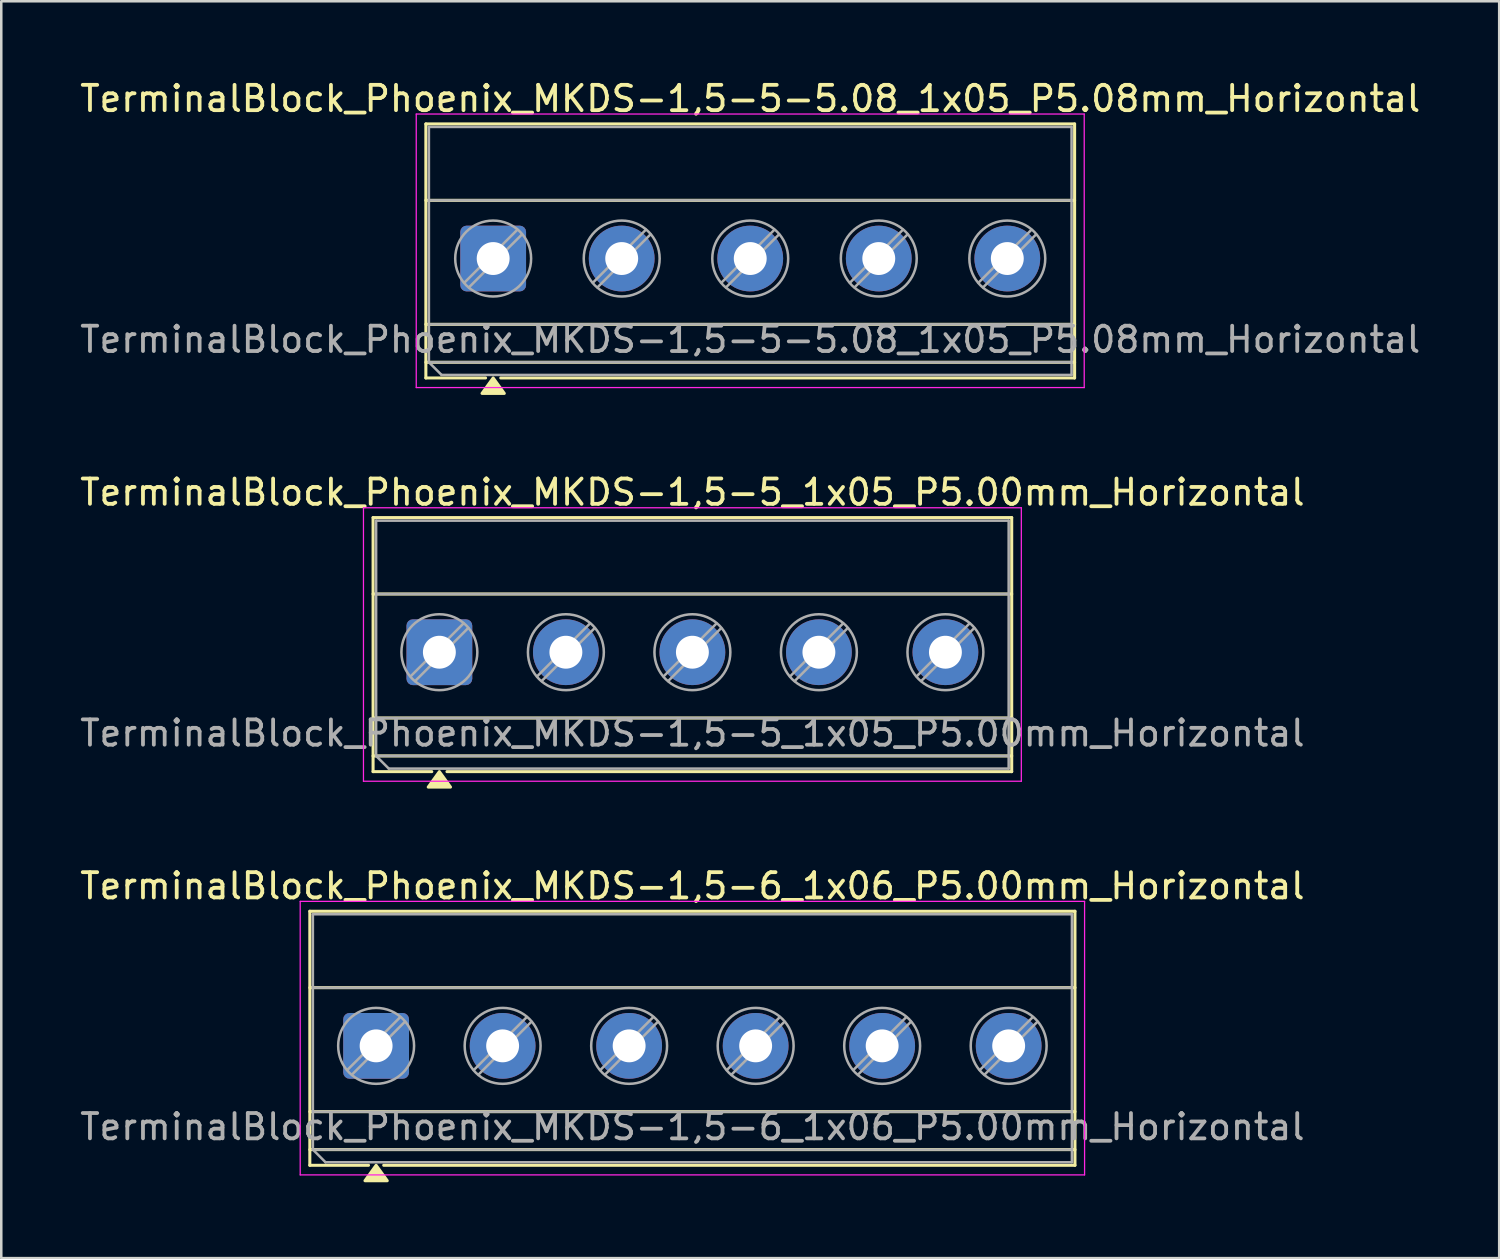
<source format=kicad_pcb>
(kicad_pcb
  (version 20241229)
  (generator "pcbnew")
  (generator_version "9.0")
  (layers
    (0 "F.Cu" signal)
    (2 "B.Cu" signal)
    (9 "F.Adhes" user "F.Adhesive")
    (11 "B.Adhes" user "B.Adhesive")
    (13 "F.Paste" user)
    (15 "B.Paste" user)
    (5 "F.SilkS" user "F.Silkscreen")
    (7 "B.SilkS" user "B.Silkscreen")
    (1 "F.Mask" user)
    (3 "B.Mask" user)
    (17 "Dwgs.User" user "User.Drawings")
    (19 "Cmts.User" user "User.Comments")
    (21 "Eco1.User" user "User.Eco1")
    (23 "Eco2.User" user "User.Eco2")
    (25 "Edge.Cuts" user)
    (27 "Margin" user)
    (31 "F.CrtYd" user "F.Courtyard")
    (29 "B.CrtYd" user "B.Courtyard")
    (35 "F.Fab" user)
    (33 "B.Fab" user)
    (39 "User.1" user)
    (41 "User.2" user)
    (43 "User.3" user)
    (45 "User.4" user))
  (footprint "TerminalBlock_Phoenix_MKDS-1,5-5-5.08_1x05_P5.08mm_Horizontal"
    (layer "F.Cu")
    (at 16.441 7.168)
    (property "Reference" "TerminalBlock_Phoenix_MKDS-1,5-5-5.08_1x05_P5.08mm_Horizontal" (at 10.16 -6.32 0) (layer "F.SilkS") (effects (font (size 1 1) (thickness 0.15))))
    (attr through_hole)
    (fp_line (start -2.66 -5.32) (end -2.66 4.72) (stroke (width 0.12) (type solid)) (layer "F.SilkS"))
    (fp_line (start -2.66 -5.32) (end 22.98 -5.32) (stroke (width 0.12) (type solid)) (layer "F.SilkS"))
    (fp_line (start -2.66 -2.3) (end 22.98 -2.3) (stroke (width 0.12) (type solid)) (layer "F.SilkS"))
    (fp_line (start -2.66 2.6) (end 22.98 2.6) (stroke (width 0.12) (type solid)) (layer "F.SilkS"))
    (fp_line (start -2.66 4.1) (end 22.98 4.1) (stroke (width 0.12) (type solid)) (layer "F.SilkS"))
    (fp_line (start -2.66 4.72) (end -0.3 4.72) (stroke (width 0.12) (type solid)) (layer "F.SilkS"))
    (fp_line (start 0.3 4.72) (end 22.98 4.72) (stroke (width 0.12) (type solid)) (layer "F.SilkS"))
    (fp_line (start 22.98 -5.32) (end 22.98 4.72) (stroke (width 0.12) (type solid)) (layer "F.SilkS"))
    (fp_poly (pts (xy 0 4.72) (xy 0.44 5.33) (xy -0.44 5.33)) (stroke (width 0.12) (type solid)) (fill yes) (layer "F.SilkS"))
    (fp_line (start -3.04 -5.71) (end -3.04 5.1) (stroke (width 0.05) (type solid)) (layer "F.CrtYd"))
    (fp_line (start -3.04 5.1) (end 23.36 5.1) (stroke (width 0.05) (type solid)) (layer "F.CrtYd"))
    (fp_line (start 23.36 -5.71) (end -3.04 -5.71) (stroke (width 0.05) (type solid)) (layer "F.CrtYd"))
    (fp_line (start 23.36 5.1) (end 23.36 -5.71) (stroke (width 0.05) (type solid)) (layer "F.CrtYd"))
    (fp_line (start -2.54 -5.2) (end 22.86 -5.2) (stroke (width 0.1) (type solid)) (layer "F.Fab"))
    (fp_line (start -2.54 -2.3) (end 22.86 -2.3) (stroke (width 0.1) (type solid)) (layer "F.Fab"))
    (fp_line (start -2.54 2.6) (end 22.86 2.6) (stroke (width 0.1) (type solid)) (layer "F.Fab"))
    (fp_line (start -2.54 4.1) (end -2.54 -5.2) (stroke (width 0.1) (type solid)) (layer "F.Fab"))
    (fp_line (start -2.54 4.1) (end 22.86 4.1) (stroke (width 0.1) (type solid)) (layer "F.Fab"))
    (fp_line (start -2.04 4.6) (end -2.54 4.1) (stroke (width 0.1) (type solid)) (layer "F.Fab"))
    (fp_line (start 0.955 -1.138) (end -1.138 0.954) (stroke (width 0.1) (type solid)) (layer "F.Fab"))
    (fp_line (start 1.138 -0.954) (end -0.955 1.137) (stroke (width 0.1) (type solid)) (layer "F.Fab"))
    (fp_line (start 6.035 -1.138) (end 3.942 0.954) (stroke (width 0.1) (type solid)) (layer "F.Fab"))
    (fp_line (start 6.218 -0.954) (end 4.125 1.137) (stroke (width 0.1) (type solid)) (layer "F.Fab"))
    (fp_line (start 11.115 -1.138) (end 9.022 0.954) (stroke (width 0.1) (type solid)) (layer "F.Fab"))
    (fp_line (start 11.298 -0.954) (end 9.205 1.137) (stroke (width 0.1) (type solid)) (layer "F.Fab"))
    (fp_line (start 16.195 -1.138) (end 14.102 0.954) (stroke (width 0.1) (type solid)) (layer "F.Fab"))
    (fp_line (start 16.378 -0.954) (end 14.285 1.137) (stroke (width 0.1) (type solid)) (layer "F.Fab"))
    (fp_line (start 21.275 -1.138) (end 19.182 0.954) (stroke (width 0.1) (type solid)) (layer "F.Fab"))
    (fp_line (start 21.458 -0.954) (end 19.365 1.137) (stroke (width 0.1) (type solid)) (layer "F.Fab"))
    (fp_line (start 22.86 -5.2) (end 22.86 4.6) (stroke (width 0.1) (type solid)) (layer "F.Fab"))
    (fp_line (start 22.86 4.6) (end -2.04 4.6) (stroke (width 0.1) (type solid)) (layer "F.Fab"))
    (fp_circle (center 0 0) (end 1.5 0) (stroke (width 0.1) (type solid)) (fill no) (layer "F.Fab"))
    (fp_circle (center 5.08 0) (end 6.58 0) (stroke (width 0.1) (type solid)) (fill no) (layer "F.Fab"))
    (fp_circle (center 10.16 0) (end 11.66 0) (stroke (width 0.1) (type solid)) (fill no) (layer "F.Fab"))
    (fp_circle (center 15.24 0) (end 16.74 0) (stroke (width 0.1) (type solid)) (fill no) (layer "F.Fab"))
    (fp_circle (center 20.32 0) (end 21.82 0) (stroke (width 0.1) (type solid)) (fill no) (layer "F.Fab"))
    (fp_text user "${REFERENCE}" (at 10.16 3.2 0) (layer "F.Fab") (effects (font (size 1 1) (thickness 0.15))))
    (pad "1" thru_hole roundrect (at 0 0) (size 2.6 2.6) (drill 1.3) (layers "*.Cu" "*.Mask") (roundrect_rratio 0.096))
    (pad "2" thru_hole circle (at 5.08 0) (size 2.6 2.6) (drill 1.3) (layers "*.Cu" "*.Mask"))
    (pad "3" thru_hole circle (at 10.16 0) (size 2.6 2.6) (drill 1.3) (layers "*.Cu" "*.Mask"))
    (pad "4" thru_hole circle (at 15.24 0) (size 2.6 2.6) (drill 1.3) (layers "*.Cu" "*.Mask"))
    (pad "5" thru_hole circle (at 20.32 0) (size 2.6 2.6) (drill 1.3) (layers "*.Cu" "*.Mask")))
  (footprint "TerminalBlock_Phoenix_MKDS-1,5-6_1x06_P5.00mm_Horizontal"
    (layer "F.Cu")
    (at 11.815 38.285)
    (property "Reference" "TerminalBlock_Phoenix_MKDS-1,5-6_1x06_P5.00mm_Horizontal" (at 12.5 -6.32 0) (layer "F.SilkS") (effects (font (size 1 1) (thickness 0.15))))
    (attr through_hole)
    (fp_line (start -2.62 -5.32) (end -2.62 4.72) (stroke (width 0.12) (type solid)) (layer "F.SilkS"))
    (fp_line (start -2.62 -5.32) (end 27.62 -5.32) (stroke (width 0.12) (type solid)) (layer "F.SilkS"))
    (fp_line (start -2.62 -2.3) (end 27.62 -2.3) (stroke (width 0.12) (type solid)) (layer "F.SilkS"))
    (fp_line (start -2.62 2.6) (end 27.62 2.6) (stroke (width 0.12) (type solid)) (layer "F.SilkS"))
    (fp_line (start -2.62 4.1) (end 27.62 4.1) (stroke (width 0.12) (type solid)) (layer "F.SilkS"))
    (fp_line (start -2.62 4.72) (end -0.3 4.72) (stroke (width 0.12) (type solid)) (layer "F.SilkS"))
    (fp_line (start 0.3 4.72) (end 27.62 4.72) (stroke (width 0.12) (type solid)) (layer "F.SilkS"))
    (fp_line (start 27.62 -5.32) (end 27.62 4.72) (stroke (width 0.12) (type solid)) (layer "F.SilkS"))
    (fp_poly (pts (xy 0 4.72) (xy 0.44 5.33) (xy -0.44 5.33)) (stroke (width 0.12) (type solid)) (fill yes) (layer "F.SilkS"))
    (fp_line (start -3 -5.71) (end -3 5.1) (stroke (width 0.05) (type solid)) (layer "F.CrtYd"))
    (fp_line (start -3 5.1) (end 28 5.1) (stroke (width 0.05) (type solid)) (layer "F.CrtYd"))
    (fp_line (start 28 -5.71) (end -3 -5.71) (stroke (width 0.05) (type solid)) (layer "F.CrtYd"))
    (fp_line (start 28 5.1) (end 28 -5.71) (stroke (width 0.05) (type solid)) (layer "F.CrtYd"))
    (fp_line (start -2.5 -5.2) (end 27.5 -5.2) (stroke (width 0.1) (type solid)) (layer "F.Fab"))
    (fp_line (start -2.5 -2.3) (end 27.5 -2.3) (stroke (width 0.1) (type solid)) (layer "F.Fab"))
    (fp_line (start -2.5 2.6) (end 27.5 2.6) (stroke (width 0.1) (type solid)) (layer "F.Fab"))
    (fp_line (start -2.5 4.1) (end -2.5 -5.2) (stroke (width 0.1) (type solid)) (layer "F.Fab"))
    (fp_line (start -2.5 4.1) (end 27.5 4.1) (stroke (width 0.1) (type solid)) (layer "F.Fab"))
    (fp_line (start -2 4.6) (end -2.5 4.1) (stroke (width 0.1) (type solid)) (layer "F.Fab"))
    (fp_line (start 0.955 -1.138) (end -1.138 0.954) (stroke (width 0.1) (type solid)) (layer "F.Fab"))
    (fp_line (start 1.138 -0.954) (end -0.955 1.137) (stroke (width 0.1) (type solid)) (layer "F.Fab"))
    (fp_line (start 5.955 -1.138) (end 3.862 0.954) (stroke (width 0.1) (type solid)) (layer "F.Fab"))
    (fp_line (start 6.138 -0.954) (end 4.045 1.137) (stroke (width 0.1) (type solid)) (layer "F.Fab"))
    (fp_line (start 10.955 -1.138) (end 8.862 0.954) (stroke (width 0.1) (type solid)) (layer "F.Fab"))
    (fp_line (start 11.138 -0.954) (end 9.045 1.137) (stroke (width 0.1) (type solid)) (layer "F.Fab"))
    (fp_line (start 15.955 -1.138) (end 13.862 0.954) (stroke (width 0.1) (type solid)) (layer "F.Fab"))
    (fp_line (start 16.138 -0.954) (end 14.045 1.137) (stroke (width 0.1) (type solid)) (layer "F.Fab"))
    (fp_line (start 20.955 -1.138) (end 18.862 0.954) (stroke (width 0.1) (type solid)) (layer "F.Fab"))
    (fp_line (start 21.138 -0.954) (end 19.045 1.137) (stroke (width 0.1) (type solid)) (layer "F.Fab"))
    (fp_line (start 25.955 -1.138) (end 23.862 0.954) (stroke (width 0.1) (type solid)) (layer "F.Fab"))
    (fp_line (start 26.138 -0.954) (end 24.045 1.137) (stroke (width 0.1) (type solid)) (layer "F.Fab"))
    (fp_line (start 27.5 -5.2) (end 27.5 4.6) (stroke (width 0.1) (type solid)) (layer "F.Fab"))
    (fp_line (start 27.5 4.6) (end -2 4.6) (stroke (width 0.1) (type solid)) (layer "F.Fab"))
    (fp_circle (center 0 0) (end 1.5 0) (stroke (width 0.1) (type solid)) (fill no) (layer "F.Fab"))
    (fp_circle (center 5 0) (end 6.5 0) (stroke (width 0.1) (type solid)) (fill no) (layer "F.Fab"))
    (fp_circle (center 10 0) (end 11.5 0) (stroke (width 0.1) (type solid)) (fill no) (layer "F.Fab"))
    (fp_circle (center 15 0) (end 16.5 0) (stroke (width 0.1) (type solid)) (fill no) (layer "F.Fab"))
    (fp_circle (center 20 0) (end 21.5 0) (stroke (width 0.1) (type solid)) (fill no) (layer "F.Fab"))
    (fp_circle (center 25 0) (end 26.5 0) (stroke (width 0.1) (type solid)) (fill no) (layer "F.Fab"))
    (fp_text user "${REFERENCE}" (at 12.5 3.2 0) (layer "F.Fab") (effects (font (size 1 1) (thickness 0.15))))
    (pad "1" thru_hole roundrect (at 0 0) (size 2.6 2.6) (drill 1.3) (layers "*.Cu" "*.Mask") (roundrect_rratio 0.096))
    (pad "2" thru_hole circle (at 5 0) (size 2.6 2.6) (drill 1.3) (layers "*.Cu" "*.Mask"))
    (pad "3" thru_hole circle (at 10 0) (size 2.6 2.6) (drill 1.3) (layers "*.Cu" "*.Mask"))
    (pad "4" thru_hole circle (at 15 0) (size 2.6 2.6) (drill 1.3) (layers "*.Cu" "*.Mask"))
    (pad "5" thru_hole circle (at 20 0) (size 2.6 2.6) (drill 1.3) (layers "*.Cu" "*.Mask"))
    (pad "6" thru_hole circle (at 25 0) (size 2.6 2.6) (drill 1.3) (layers "*.Cu" "*.Mask")))
  (footprint "TerminalBlock_Phoenix_MKDS-1,5-5_1x05_P5.00mm_Horizontal"
    (layer "F.Cu")
    (at 14.315 22.727)
    (property "Reference" "TerminalBlock_Phoenix_MKDS-1,5-5_1x05_P5.00mm_Horizontal" (at 10 -6.32 0) (layer "F.SilkS") (effects (font (size 1 1) (thickness 0.15))))
    (attr through_hole)
    (fp_line (start -2.62 -5.32) (end -2.62 4.72) (stroke (width 0.12) (type solid)) (layer "F.SilkS"))
    (fp_line (start -2.62 -5.32) (end 22.62 -5.32) (stroke (width 0.12) (type solid)) (layer "F.SilkS"))
    (fp_line (start -2.62 -2.3) (end 22.62 -2.3) (stroke (width 0.12) (type solid)) (layer "F.SilkS"))
    (fp_line (start -2.62 2.6) (end 22.62 2.6) (stroke (width 0.12) (type solid)) (layer "F.SilkS"))
    (fp_line (start -2.62 4.1) (end 22.62 4.1) (stroke (width 0.12) (type solid)) (layer "F.SilkS"))
    (fp_line (start -2.62 4.72) (end -0.3 4.72) (stroke (width 0.12) (type solid)) (layer "F.SilkS"))
    (fp_line (start 0.3 4.72) (end 22.62 4.72) (stroke (width 0.12) (type solid)) (layer "F.SilkS"))
    (fp_line (start 22.62 -5.32) (end 22.62 4.72) (stroke (width 0.12) (type solid)) (layer "F.SilkS"))
    (fp_poly (pts (xy 0 4.72) (xy 0.44 5.33) (xy -0.44 5.33)) (stroke (width 0.12) (type solid)) (fill yes) (layer "F.SilkS"))
    (fp_line (start -3 -5.71) (end -3 5.1) (stroke (width 0.05) (type solid)) (layer "F.CrtYd"))
    (fp_line (start -3 5.1) (end 23 5.1) (stroke (width 0.05) (type solid)) (layer "F.CrtYd"))
    (fp_line (start 23 -5.71) (end -3 -5.71) (stroke (width 0.05) (type solid)) (layer "F.CrtYd"))
    (fp_line (start 23 5.1) (end 23 -5.71) (stroke (width 0.05) (type solid)) (layer "F.CrtYd"))
    (fp_line (start -2.5 -5.2) (end 22.5 -5.2) (stroke (width 0.1) (type solid)) (layer "F.Fab"))
    (fp_line (start -2.5 -2.3) (end 22.5 -2.3) (stroke (width 0.1) (type solid)) (layer "F.Fab"))
    (fp_line (start -2.5 2.6) (end 22.5 2.6) (stroke (width 0.1) (type solid)) (layer "F.Fab"))
    (fp_line (start -2.5 4.1) (end -2.5 -5.2) (stroke (width 0.1) (type solid)) (layer "F.Fab"))
    (fp_line (start -2.5 4.1) (end 22.5 4.1) (stroke (width 0.1) (type solid)) (layer "F.Fab"))
    (fp_line (start -2 4.6) (end -2.5 4.1) (stroke (width 0.1) (type solid)) (layer "F.Fab"))
    (fp_line (start 0.955 -1.138) (end -1.138 0.954) (stroke (width 0.1) (type solid)) (layer "F.Fab"))
    (fp_line (start 1.138 -0.954) (end -0.955 1.137) (stroke (width 0.1) (type solid)) (layer "F.Fab"))
    (fp_line (start 5.955 -1.138) (end 3.862 0.954) (stroke (width 0.1) (type solid)) (layer "F.Fab"))
    (fp_line (start 6.138 -0.954) (end 4.045 1.137) (stroke (width 0.1) (type solid)) (layer "F.Fab"))
    (fp_line (start 10.955 -1.138) (end 8.862 0.954) (stroke (width 0.1) (type solid)) (layer "F.Fab"))
    (fp_line (start 11.138 -0.954) (end 9.045 1.137) (stroke (width 0.1) (type solid)) (layer "F.Fab"))
    (fp_line (start 15.955 -1.138) (end 13.862 0.954) (stroke (width 0.1) (type solid)) (layer "F.Fab"))
    (fp_line (start 16.138 -0.954) (end 14.045 1.137) (stroke (width 0.1) (type solid)) (layer "F.Fab"))
    (fp_line (start 20.955 -1.138) (end 18.862 0.954) (stroke (width 0.1) (type solid)) (layer "F.Fab"))
    (fp_line (start 21.138 -0.954) (end 19.045 1.137) (stroke (width 0.1) (type solid)) (layer "F.Fab"))
    (fp_line (start 22.5 -5.2) (end 22.5 4.6) (stroke (width 0.1) (type solid)) (layer "F.Fab"))
    (fp_line (start 22.5 4.6) (end -2 4.6) (stroke (width 0.1) (type solid)) (layer "F.Fab"))
    (fp_circle (center 0 0) (end 1.5 0) (stroke (width 0.1) (type solid)) (fill no) (layer "F.Fab"))
    (fp_circle (center 5 0) (end 6.5 0) (stroke (width 0.1) (type solid)) (fill no) (layer "F.Fab"))
    (fp_circle (center 10 0) (end 11.5 0) (stroke (width 0.1) (type solid)) (fill no) (layer "F.Fab"))
    (fp_circle (center 15 0) (end 16.5 0) (stroke (width 0.1) (type solid)) (fill no) (layer "F.Fab"))
    (fp_circle (center 20 0) (end 21.5 0) (stroke (width 0.1) (type solid)) (fill no) (layer "F.Fab"))
    (fp_text user "${REFERENCE}" (at 10 3.2 0) (layer "F.Fab") (effects (font (size 1 1) (thickness 0.15))))
    (pad "1" thru_hole roundrect (at 0 0) (size 2.6 2.6) (drill 1.3) (layers "*.Cu" "*.Mask") (roundrect_rratio 0.096))
    (pad "2" thru_hole circle (at 5 0) (size 2.6 2.6) (drill 1.3) (layers "*.Cu" "*.Mask"))
    (pad "3" thru_hole circle (at 10 0) (size 2.6 2.6) (drill 1.3) (layers "*.Cu" "*.Mask"))
    (pad "4" thru_hole circle (at 15 0) (size 2.6 2.6) (drill 1.3) (layers "*.Cu" "*.Mask"))
    (pad "5" thru_hole circle (at 20 0) (size 2.6 2.6) (drill 1.3) (layers "*.Cu" "*.Mask")))
  (gr_rect
    (start -3 -3)
    (end 56.202 46.675)
    (stroke (width 0.1) (type default))
    (fill no)
    (layer "Edge.Cuts")))
</source>
